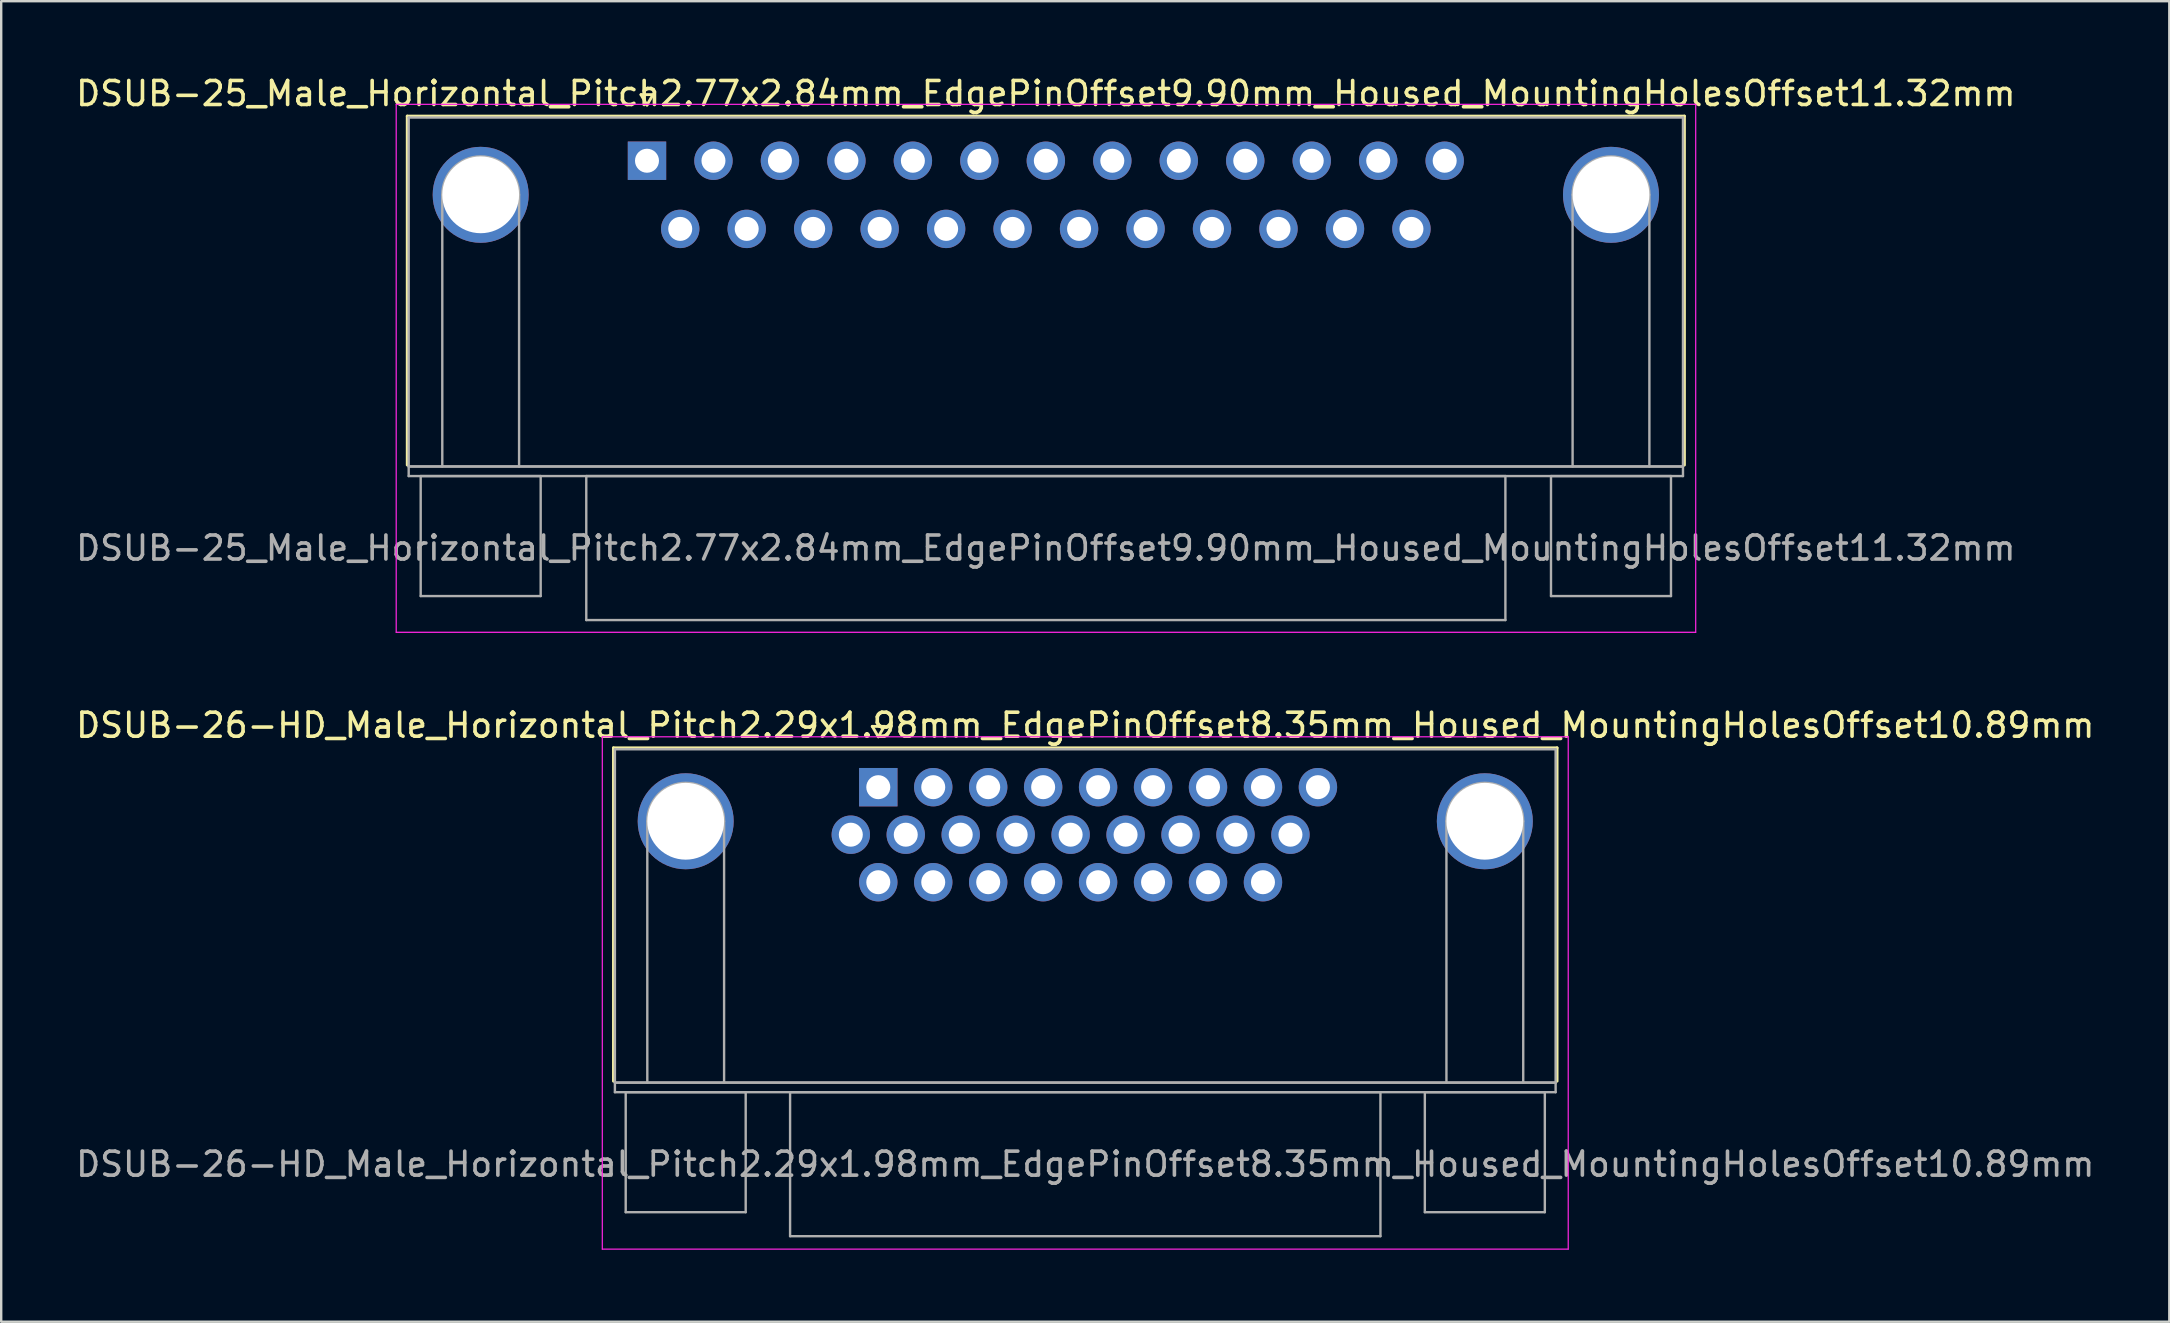
<source format=kicad_pcb>
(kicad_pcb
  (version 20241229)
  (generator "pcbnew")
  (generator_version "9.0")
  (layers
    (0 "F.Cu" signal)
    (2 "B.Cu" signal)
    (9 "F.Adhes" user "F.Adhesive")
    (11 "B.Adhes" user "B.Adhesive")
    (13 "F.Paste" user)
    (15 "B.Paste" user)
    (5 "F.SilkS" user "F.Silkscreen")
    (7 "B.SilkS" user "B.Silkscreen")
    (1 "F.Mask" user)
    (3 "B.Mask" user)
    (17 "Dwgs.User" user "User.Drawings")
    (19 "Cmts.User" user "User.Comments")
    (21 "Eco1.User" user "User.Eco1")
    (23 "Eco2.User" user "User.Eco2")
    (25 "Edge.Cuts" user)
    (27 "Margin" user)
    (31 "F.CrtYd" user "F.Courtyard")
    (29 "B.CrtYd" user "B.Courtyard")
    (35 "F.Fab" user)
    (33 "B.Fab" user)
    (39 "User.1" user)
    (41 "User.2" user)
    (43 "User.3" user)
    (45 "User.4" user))
  (footprint "DSUB-25_Male_Horizontal_Pitch2.77x2.84mm_EdgePinOffset9.90mm_Housed_MountingHolesOffset11.32mm"
    (layer "F.Cu")
    (at 23.91 3.648)
    (property "Reference" "DSUB-25_Male_Horizontal_Pitch2.77x2.84mm_EdgePinOffset9.90mm_Housed_MountingHolesOffset11.32mm" (at 16.62 -2.8 0) (layer "F.SilkS") (effects (font (size 1 1) (thickness 0.15))))
    (attr through_hole)
    (fp_line (start -9.99 -1.86) (end 43.23 -1.86) (stroke (width 0.12) (type solid)) (layer "F.SilkS"))
    (fp_line (start -9.99 12.68) (end -9.99 -1.86) (stroke (width 0.12) (type solid)) (layer "F.SilkS"))
    (fp_line (start -0.25 -2.754) (end 0.25 -2.754) (stroke (width 0.12) (type solid)) (layer "F.SilkS"))
    (fp_line (start 0 -2.321) (end -0.25 -2.754) (stroke (width 0.12) (type solid)) (layer "F.SilkS"))
    (fp_line (start 0.25 -2.754) (end 0 -2.321) (stroke (width 0.12) (type solid)) (layer "F.SilkS"))
    (fp_line (start 43.23 -1.86) (end 43.23 12.68) (stroke (width 0.12) (type solid)) (layer "F.SilkS"))
    (fp_line (start -10.45 -2.35) (end -10.45 19.65) (stroke (width 0.05) (type solid)) (layer "F.CrtYd"))
    (fp_line (start -10.45 19.65) (end 43.7 19.65) (stroke (width 0.05) (type solid)) (layer "F.CrtYd"))
    (fp_line (start 43.7 -2.35) (end -10.45 -2.35) (stroke (width 0.05) (type solid)) (layer "F.CrtYd"))
    (fp_line (start 43.7 19.65) (end 43.7 -2.35) (stroke (width 0.05) (type solid)) (layer "F.CrtYd"))
    (fp_line (start -9.93 -1.8) (end -9.93 12.74) (stroke (width 0.1) (type solid)) (layer "F.Fab"))
    (fp_line (start -9.93 12.74) (end -9.93 13.14) (stroke (width 0.1) (type solid)) (layer "F.Fab"))
    (fp_line (start -9.93 12.74) (end 43.17 12.74) (stroke (width 0.1) (type solid)) (layer "F.Fab"))
    (fp_line (start -9.93 13.14) (end 43.17 13.14) (stroke (width 0.1) (type solid)) (layer "F.Fab"))
    (fp_line (start -9.43 13.14) (end -9.43 18.14) (stroke (width 0.1) (type solid)) (layer "F.Fab"))
    (fp_line (start -9.43 18.14) (end -4.43 18.14) (stroke (width 0.1) (type solid)) (layer "F.Fab"))
    (fp_line (start -8.53 12.74) (end -8.53 1.42) (stroke (width 0.1) (type solid)) (layer "F.Fab"))
    (fp_line (start -5.33 12.74) (end -5.33 1.42) (stroke (width 0.1) (type solid)) (layer "F.Fab"))
    (fp_line (start -4.43 13.14) (end -9.43 13.14) (stroke (width 0.1) (type solid)) (layer "F.Fab"))
    (fp_line (start -4.43 18.14) (end -4.43 13.14) (stroke (width 0.1) (type solid)) (layer "F.Fab"))
    (fp_line (start -2.53 13.14) (end -2.53 19.14) (stroke (width 0.1) (type solid)) (layer "F.Fab"))
    (fp_line (start -2.53 19.14) (end 35.77 19.14) (stroke (width 0.1) (type solid)) (layer "F.Fab"))
    (fp_line (start 35.77 13.14) (end -2.53 13.14) (stroke (width 0.1) (type solid)) (layer "F.Fab"))
    (fp_line (start 35.77 19.14) (end 35.77 13.14) (stroke (width 0.1) (type solid)) (layer "F.Fab"))
    (fp_line (start 37.67 13.14) (end 37.67 18.14) (stroke (width 0.1) (type solid)) (layer "F.Fab"))
    (fp_line (start 37.67 18.14) (end 42.67 18.14) (stroke (width 0.1) (type solid)) (layer "F.Fab"))
    (fp_line (start 38.57 12.74) (end 38.57 1.42) (stroke (width 0.1) (type solid)) (layer "F.Fab"))
    (fp_line (start 41.77 12.74) (end 41.77 1.42) (stroke (width 0.1) (type solid)) (layer "F.Fab"))
    (fp_line (start 42.67 13.14) (end 37.67 13.14) (stroke (width 0.1) (type solid)) (layer "F.Fab"))
    (fp_line (start 42.67 18.14) (end 42.67 13.14) (stroke (width 0.1) (type solid)) (layer "F.Fab"))
    (fp_line (start 43.17 -1.8) (end -9.93 -1.8) (stroke (width 0.1) (type solid)) (layer "F.Fab"))
    (fp_line (start 43.17 12.74) (end -9.93 12.74) (stroke (width 0.1) (type solid)) (layer "F.Fab"))
    (fp_line (start 43.17 12.74) (end 43.17 -1.8) (stroke (width 0.1) (type solid)) (layer "F.Fab"))
    (fp_line (start 43.17 13.14) (end 43.17 12.74) (stroke (width 0.1) (type solid)) (layer "F.Fab"))
    (fp_arc (start -8.53 1.42) (mid -6.93 -0.18) (end -5.33 1.42) (stroke (width 0.1) (type solid)) (layer "F.Fab"))
    (fp_arc (start 38.57 1.42) (mid 40.17 -0.18) (end 41.77 1.42) (stroke (width 0.1) (type solid)) (layer "F.Fab"))
    (fp_text user "${REFERENCE}" (at 16.62 16.14 0) (layer "F.Fab") (effects (font (size 1 1) (thickness 0.15))))
    (pad "0" thru_hole circle (at -6.93 1.42) (size 4 4) (drill 3.2) (layers "*.Cu" "*.Mask"))
    (pad "0" thru_hole circle (at 40.17 1.42) (size 4 4) (drill 3.2) (layers "*.Cu" "*.Mask"))
    (pad "1" thru_hole rect (at 0 0) (size 1.6 1.6) (drill 1) (layers "*.Cu" "*.Mask"))
    (pad "2" thru_hole circle (at 2.77 0) (size 1.6 1.6) (drill 1) (layers "*.Cu" "*.Mask"))
    (pad "3" thru_hole circle (at 5.54 0) (size 1.6 1.6) (drill 1) (layers "*.Cu" "*.Mask"))
    (pad "4" thru_hole circle (at 8.31 0) (size 1.6 1.6) (drill 1) (layers "*.Cu" "*.Mask"))
    (pad "5" thru_hole circle (at 11.08 0) (size 1.6 1.6) (drill 1) (layers "*.Cu" "*.Mask"))
    (pad "6" thru_hole circle (at 13.85 0) (size 1.6 1.6) (drill 1) (layers "*.Cu" "*.Mask"))
    (pad "7" thru_hole circle (at 16.62 0) (size 1.6 1.6) (drill 1) (layers "*.Cu" "*.Mask"))
    (pad "8" thru_hole circle (at 19.39 0) (size 1.6 1.6) (drill 1) (layers "*.Cu" "*.Mask"))
    (pad "9" thru_hole circle (at 22.16 0) (size 1.6 1.6) (drill 1) (layers "*.Cu" "*.Mask"))
    (pad "10" thru_hole circle (at 24.93 0) (size 1.6 1.6) (drill 1) (layers "*.Cu" "*.Mask"))
    (pad "11" thru_hole circle (at 27.7 0) (size 1.6 1.6) (drill 1) (layers "*.Cu" "*.Mask"))
    (pad "12" thru_hole circle (at 30.47 0) (size 1.6 1.6) (drill 1) (layers "*.Cu" "*.Mask"))
    (pad "13" thru_hole circle (at 33.24 0) (size 1.6 1.6) (drill 1) (layers "*.Cu" "*.Mask"))
    (pad "14" thru_hole circle (at 1.385 2.84) (size 1.6 1.6) (drill 1) (layers "*.Cu" "*.Mask"))
    (pad "15" thru_hole circle (at 4.155 2.84) (size 1.6 1.6) (drill 1) (layers "*.Cu" "*.Mask"))
    (pad "16" thru_hole circle (at 6.925 2.84) (size 1.6 1.6) (drill 1) (layers "*.Cu" "*.Mask"))
    (pad "17" thru_hole circle (at 9.695 2.84) (size 1.6 1.6) (drill 1) (layers "*.Cu" "*.Mask"))
    (pad "18" thru_hole circle (at 12.465 2.84) (size 1.6 1.6) (drill 1) (layers "*.Cu" "*.Mask"))
    (pad "19" thru_hole circle (at 15.235 2.84) (size 1.6 1.6) (drill 1) (layers "*.Cu" "*.Mask"))
    (pad "20" thru_hole circle (at 18.005 2.84) (size 1.6 1.6) (drill 1) (layers "*.Cu" "*.Mask"))
    (pad "21" thru_hole circle (at 20.775 2.84) (size 1.6 1.6) (drill 1) (layers "*.Cu" "*.Mask"))
    (pad "22" thru_hole circle (at 23.545 2.84) (size 1.6 1.6) (drill 1) (layers "*.Cu" "*.Mask"))
    (pad "23" thru_hole circle (at 26.315 2.84) (size 1.6 1.6) (drill 1) (layers "*.Cu" "*.Mask"))
    (pad "24" thru_hole circle (at 29.085 2.84) (size 1.6 1.6) (drill 1) (layers "*.Cu" "*.Mask"))
    (pad "25" thru_hole circle (at 31.855 2.84) (size 1.6 1.6) (drill 1) (layers "*.Cu" "*.Mask")))
  (footprint "DSUB-26-HD_Male_Horizontal_Pitch2.29x1.98mm_EdgePinOffset8.35mm_Housed_MountingHolesOffset10.89mm"
    (layer "F.Cu")
    (at 33.548 29.752)
    (property "Reference" "DSUB-26-HD_Male_Horizontal_Pitch2.29x1.98mm_EdgePinOffset8.35mm_Housed_MountingHolesOffset10.89mm" (at 8.625 -2.58 0) (layer "F.SilkS") (effects (font (size 1 1) (thickness 0.15))))
    (attr through_hole)
    (fp_line (start -11.035 -1.64) (end 28.285 -1.64) (stroke (width 0.12) (type solid)) (layer "F.SilkS"))
    (fp_line (start -11.035 12.25) (end -11.035 -1.64) (stroke (width 0.12) (type solid)) (layer "F.SilkS"))
    (fp_line (start -0.25 -2.534) (end 0.25 -2.534) (stroke (width 0.12) (type solid)) (layer "F.SilkS"))
    (fp_line (start 0 -2.101) (end -0.25 -2.534) (stroke (width 0.12) (type solid)) (layer "F.SilkS"))
    (fp_line (start 0.25 -2.534) (end 0 -2.101) (stroke (width 0.12) (type solid)) (layer "F.SilkS"))
    (fp_line (start 28.285 -1.64) (end 28.285 12.25) (stroke (width 0.12) (type solid)) (layer "F.SilkS"))
    (fp_line (start -11.5 -2.1) (end -11.5 19.25) (stroke (width 0.05) (type solid)) (layer "F.CrtYd"))
    (fp_line (start -11.5 19.25) (end 28.75 19.25) (stroke (width 0.05) (type solid)) (layer "F.CrtYd"))
    (fp_line (start 28.75 -2.1) (end -11.5 -2.1) (stroke (width 0.05) (type solid)) (layer "F.CrtYd"))
    (fp_line (start 28.75 19.25) (end 28.75 -2.1) (stroke (width 0.05) (type solid)) (layer "F.CrtYd"))
    (fp_line (start -10.975 -1.58) (end -10.975 12.31) (stroke (width 0.1) (type solid)) (layer "F.Fab"))
    (fp_line (start -10.975 12.31) (end -10.975 12.71) (stroke (width 0.1) (type solid)) (layer "F.Fab"))
    (fp_line (start -10.975 12.31) (end 28.225 12.31) (stroke (width 0.1) (type solid)) (layer "F.Fab"))
    (fp_line (start -10.975 12.71) (end 28.225 12.71) (stroke (width 0.1) (type solid)) (layer "F.Fab"))
    (fp_line (start -10.525 12.71) (end -10.525 17.71) (stroke (width 0.1) (type solid)) (layer "F.Fab"))
    (fp_line (start -10.525 17.71) (end -5.525 17.71) (stroke (width 0.1) (type solid)) (layer "F.Fab"))
    (fp_line (start -9.625 12.31) (end -9.625 1.42) (stroke (width 0.1) (type solid)) (layer "F.Fab"))
    (fp_line (start -6.425 12.31) (end -6.425 1.42) (stroke (width 0.1) (type solid)) (layer "F.Fab"))
    (fp_line (start -5.525 12.71) (end -10.525 12.71) (stroke (width 0.1) (type solid)) (layer "F.Fab"))
    (fp_line (start -5.525 17.71) (end -5.525 12.71) (stroke (width 0.1) (type solid)) (layer "F.Fab"))
    (fp_line (start -3.675 12.71) (end -3.675 18.71) (stroke (width 0.1) (type solid)) (layer "F.Fab"))
    (fp_line (start -3.675 18.71) (end 20.925 18.71) (stroke (width 0.1) (type solid)) (layer "F.Fab"))
    (fp_line (start 20.925 12.71) (end -3.675 12.71) (stroke (width 0.1) (type solid)) (layer "F.Fab"))
    (fp_line (start 20.925 18.71) (end 20.925 12.71) (stroke (width 0.1) (type solid)) (layer "F.Fab"))
    (fp_line (start 22.775 12.71) (end 22.775 17.71) (stroke (width 0.1) (type solid)) (layer "F.Fab"))
    (fp_line (start 22.775 17.71) (end 27.775 17.71) (stroke (width 0.1) (type solid)) (layer "F.Fab"))
    (fp_line (start 23.675 12.31) (end 23.675 1.42) (stroke (width 0.1) (type solid)) (layer "F.Fab"))
    (fp_line (start 26.875 12.31) (end 26.875 1.42) (stroke (width 0.1) (type solid)) (layer "F.Fab"))
    (fp_line (start 27.775 12.71) (end 22.775 12.71) (stroke (width 0.1) (type solid)) (layer "F.Fab"))
    (fp_line (start 27.775 17.71) (end 27.775 12.71) (stroke (width 0.1) (type solid)) (layer "F.Fab"))
    (fp_line (start 28.225 -1.58) (end -10.975 -1.58) (stroke (width 0.1) (type solid)) (layer "F.Fab"))
    (fp_line (start 28.225 12.31) (end -10.975 12.31) (stroke (width 0.1) (type solid)) (layer "F.Fab"))
    (fp_line (start 28.225 12.31) (end 28.225 -1.58) (stroke (width 0.1) (type solid)) (layer "F.Fab"))
    (fp_line (start 28.225 12.71) (end 28.225 12.31) (stroke (width 0.1) (type solid)) (layer "F.Fab"))
    (fp_arc (start -9.625 1.42) (mid -8.025 -0.18) (end -6.425 1.42) (stroke (width 0.1) (type solid)) (layer "F.Fab"))
    (fp_arc (start 23.675 1.42) (mid 25.275 -0.18) (end 26.875 1.42) (stroke (width 0.1) (type solid)) (layer "F.Fab"))
    (fp_text user "${REFERENCE}" (at 8.625 15.71 0) (layer "F.Fab") (effects (font (size 1 1) (thickness 0.15))))
    (pad "0" thru_hole circle (at -8.025 1.42) (size 4 4) (drill 3.2) (layers "*.Cu" "*.Mask"))
    (pad "0" thru_hole circle (at 25.275 1.42) (size 4 4) (drill 3.2) (layers "*.Cu" "*.Mask"))
    (pad "1" thru_hole rect (at 0 0) (size 1.6 1.6) (drill 1) (layers "*.Cu" "*.Mask"))
    (pad "2" thru_hole circle (at 2.29 0) (size 1.6 1.6) (drill 1) (layers "*.Cu" "*.Mask"))
    (pad "3" thru_hole circle (at 4.58 0) (size 1.6 1.6) (drill 1) (layers "*.Cu" "*.Mask"))
    (pad "4" thru_hole circle (at 6.87 0) (size 1.6 1.6) (drill 1) (layers "*.Cu" "*.Mask"))
    (pad "5" thru_hole circle (at 9.16 0) (size 1.6 1.6) (drill 1) (layers "*.Cu" "*.Mask"))
    (pad "6" thru_hole circle (at 11.45 0) (size 1.6 1.6) (drill 1) (layers "*.Cu" "*.Mask"))
    (pad "7" thru_hole circle (at 13.74 0) (size 1.6 1.6) (drill 1) (layers "*.Cu" "*.Mask"))
    (pad "8" thru_hole circle (at 16.03 0) (size 1.6 1.6) (drill 1) (layers "*.Cu" "*.Mask"))
    (pad "9" thru_hole circle (at 18.32 0) (size 1.6 1.6) (drill 1) (layers "*.Cu" "*.Mask"))
    (pad "10" thru_hole circle (at -1.145 1.98) (size 1.6 1.6) (drill 1) (layers "*.Cu" "*.Mask"))
    (pad "11" thru_hole circle (at 1.145 1.98) (size 1.6 1.6) (drill 1) (layers "*.Cu" "*.Mask"))
    (pad "12" thru_hole circle (at 3.435 1.98) (size 1.6 1.6) (drill 1) (layers "*.Cu" "*.Mask"))
    (pad "13" thru_hole circle (at 5.725 1.98) (size 1.6 1.6) (drill 1) (layers "*.Cu" "*.Mask"))
    (pad "14" thru_hole circle (at 8.015 1.98) (size 1.6 1.6) (drill 1) (layers "*.Cu" "*.Mask"))
    (pad "15" thru_hole circle (at 10.305 1.98) (size 1.6 1.6) (drill 1) (layers "*.Cu" "*.Mask"))
    (pad "16" thru_hole circle (at 12.595 1.98) (size 1.6 1.6) (drill 1) (layers "*.Cu" "*.Mask"))
    (pad "17" thru_hole circle (at 14.885 1.98) (size 1.6 1.6) (drill 1) (layers "*.Cu" "*.Mask"))
    (pad "18" thru_hole circle (at 17.175 1.98) (size 1.6 1.6) (drill 1) (layers "*.Cu" "*.Mask"))
    (pad "19" thru_hole circle (at 0 3.96) (size 1.6 1.6) (drill 1) (layers "*.Cu" "*.Mask"))
    (pad "20" thru_hole circle (at 2.29 3.96) (size 1.6 1.6) (drill 1) (layers "*.Cu" "*.Mask"))
    (pad "21" thru_hole circle (at 4.58 3.96) (size 1.6 1.6) (drill 1) (layers "*.Cu" "*.Mask"))
    (pad "22" thru_hole circle (at 6.87 3.96) (size 1.6 1.6) (drill 1) (layers "*.Cu" "*.Mask"))
    (pad "23" thru_hole circle (at 9.16 3.96) (size 1.6 1.6) (drill 1) (layers "*.Cu" "*.Mask"))
    (pad "24" thru_hole circle (at 11.45 3.96) (size 1.6 1.6) (drill 1) (layers "*.Cu" "*.Mask"))
    (pad "25" thru_hole circle (at 13.74 3.96) (size 1.6 1.6) (drill 1) (layers "*.Cu" "*.Mask"))
    (pad "26" thru_hole circle (at 16.03 3.96) (size 1.6 1.6) (drill 1) (layers "*.Cu" "*.Mask")))
  (gr_rect
    (start -3 -3)
    (end 87.345 52.026)
    (stroke (width 0.1) (type default))
    (fill no)
    (layer "Edge.Cuts")))
</source>
